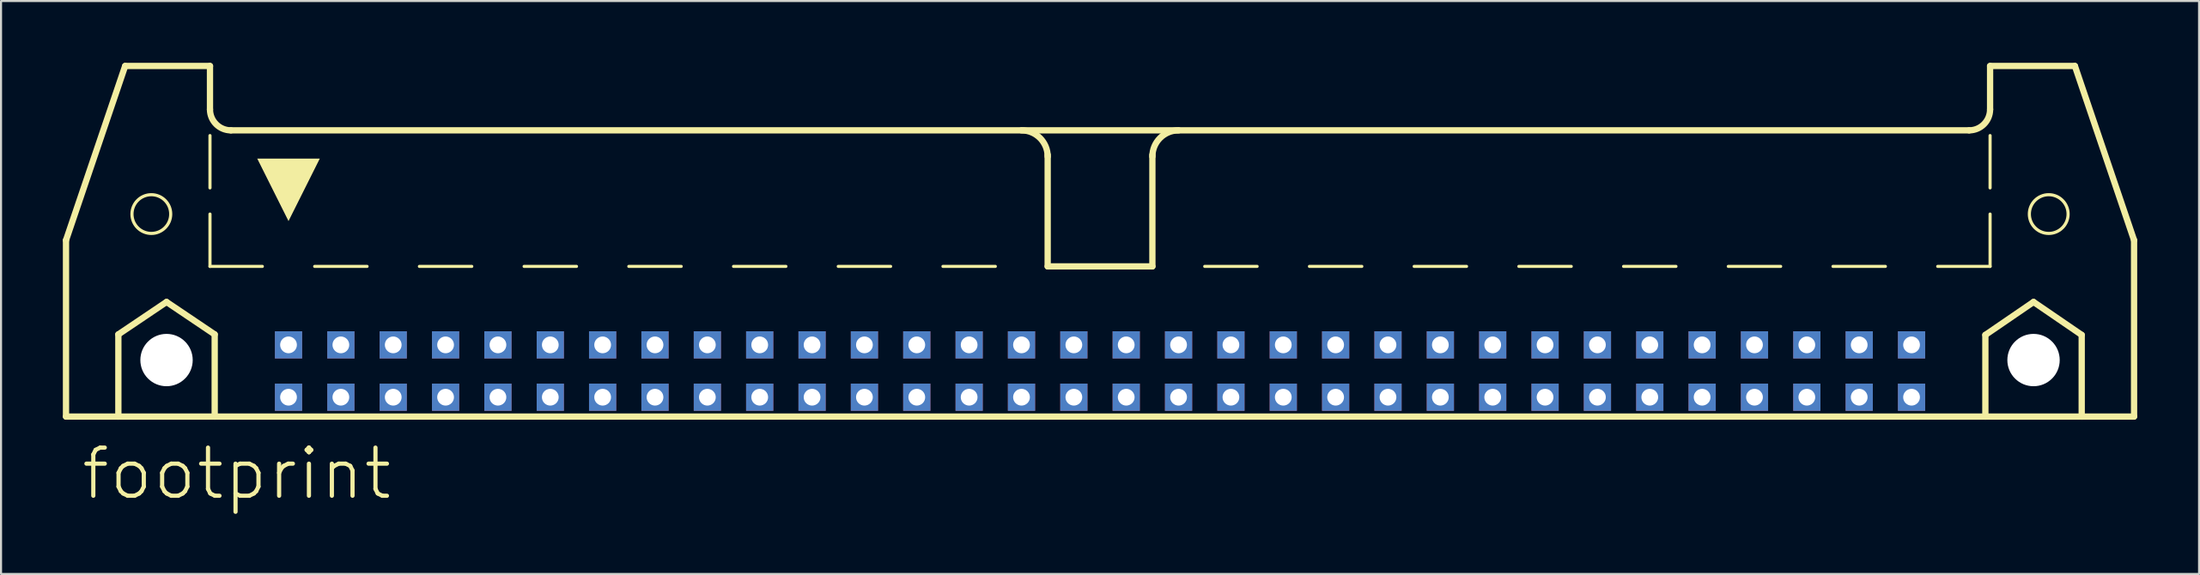
<source format=kicad_pcb>
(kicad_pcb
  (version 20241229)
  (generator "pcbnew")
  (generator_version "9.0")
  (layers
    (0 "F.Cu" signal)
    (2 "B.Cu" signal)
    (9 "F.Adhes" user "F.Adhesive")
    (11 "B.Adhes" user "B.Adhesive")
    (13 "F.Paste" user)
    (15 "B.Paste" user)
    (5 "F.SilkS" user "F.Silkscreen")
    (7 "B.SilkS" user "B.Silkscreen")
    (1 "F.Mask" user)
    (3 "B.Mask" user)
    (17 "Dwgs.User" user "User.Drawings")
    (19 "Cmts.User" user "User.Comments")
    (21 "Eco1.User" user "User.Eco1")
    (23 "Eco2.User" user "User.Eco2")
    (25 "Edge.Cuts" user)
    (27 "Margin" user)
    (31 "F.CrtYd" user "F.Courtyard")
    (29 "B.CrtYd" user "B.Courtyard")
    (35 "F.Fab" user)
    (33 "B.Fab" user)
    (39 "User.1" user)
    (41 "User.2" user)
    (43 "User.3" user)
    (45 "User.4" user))
  (footprint "footprint"
    (layer "F.Cu")
    (at 50.317 11.151)
    (property "Reference" "footprint" (at -49.53 10.16 0) (layer "F.SilkS") (effects (font (size 2.337 2.337) (thickness 0.203)) (justify left bottom)))
    (fp_line (start -50.165 -2.54) (end -50.165 6.02) (stroke (width 0.305) (type solid)) (layer "F.SilkS"))
    (fp_line (start -50.165 -2.54) (end -47.295 -10.998) (stroke (width 0.305) (type solid)) (layer "F.SilkS"))
    (fp_line (start -50.165 6.02) (end -47.625 6.02) (stroke (width 0.305) (type solid)) (layer "F.SilkS"))
    (fp_line (start -47.625 2.032) (end -45.288 0.457) (stroke (width 0.305) (type solid)) (layer "F.SilkS"))
    (fp_line (start -47.625 6.02) (end -47.625 2.032) (stroke (width 0.305) (type solid)) (layer "F.SilkS"))
    (fp_line (start -47.625 6.02) (end -42.951 6.02) (stroke (width 0.305) (type solid)) (layer "F.SilkS"))
    (fp_line (start -45.288 0.457) (end -42.951 2.032) (stroke (width 0.305) (type solid)) (layer "F.SilkS"))
    (fp_line (start -43.18 -10.998) (end -47.295 -10.998) (stroke (width 0.305) (type solid)) (layer "F.SilkS"))
    (fp_line (start -43.18 -8.89) (end -43.18 -10.998) (stroke (width 0.305) (type solid)) (layer "F.SilkS"))
    (fp_line (start -43.18 -5.08) (end -43.18 -7.62) (stroke (width 0.152) (type solid)) (layer "F.SilkS"))
    (fp_line (start -43.18 -1.27) (end -43.18 -3.81) (stroke (width 0.152) (type solid)) (layer "F.SilkS"))
    (fp_line (start -43.18 -1.27) (end -40.64 -1.27) (stroke (width 0.152) (type solid)) (layer "F.SilkS"))
    (fp_line (start -42.951 2.032) (end -42.951 6.02) (stroke (width 0.305) (type solid)) (layer "F.SilkS"))
    (fp_line (start -42.951 6.02) (end 42.951 6.02) (stroke (width 0.305) (type solid)) (layer "F.SilkS"))
    (fp_line (start -42.164 -7.874) (end 42.164 -7.874) (stroke (width 0.305) (type solid)) (layer "F.SilkS"))
    (fp_line (start -38.1 -1.27) (end -35.56 -1.27) (stroke (width 0.152) (type solid)) (layer "F.SilkS"))
    (fp_line (start -33.02 -1.27) (end -30.48 -1.27) (stroke (width 0.152) (type solid)) (layer "F.SilkS"))
    (fp_line (start -27.94 -1.27) (end -25.4 -1.27) (stroke (width 0.152) (type solid)) (layer "F.SilkS"))
    (fp_line (start -22.86 -1.27) (end -20.32 -1.27) (stroke (width 0.152) (type solid)) (layer "F.SilkS"))
    (fp_line (start -15.24 -1.27) (end -17.78 -1.27) (stroke (width 0.152) (type solid)) (layer "F.SilkS"))
    (fp_line (start -10.16 -1.27) (end -12.7 -1.27) (stroke (width 0.152) (type solid)) (layer "F.SilkS"))
    (fp_line (start -5.08 -1.27) (end -7.62 -1.27) (stroke (width 0.152) (type solid)) (layer "F.SilkS"))
    (fp_line (start -2.54 -1.27) (end -2.54 -6.68) (stroke (width 0.305) (type solid)) (layer "F.SilkS"))
    (fp_line (start 2.54 -1.27) (end -2.54 -1.27) (stroke (width 0.305) (type solid)) (layer "F.SilkS"))
    (fp_line (start 2.54 -1.27) (end 2.54 -6.68) (stroke (width 0.305) (type solid)) (layer "F.SilkS"))
    (fp_line (start 5.08 -1.27) (end 7.62 -1.27) (stroke (width 0.152) (type solid)) (layer "F.SilkS"))
    (fp_line (start 10.16 -1.27) (end 12.7 -1.27) (stroke (width 0.152) (type solid)) (layer "F.SilkS"))
    (fp_line (start 15.24 -1.27) (end 17.78 -1.27) (stroke (width 0.152) (type solid)) (layer "F.SilkS"))
    (fp_line (start 22.86 -1.27) (end 20.32 -1.27) (stroke (width 0.152) (type solid)) (layer "F.SilkS"))
    (fp_line (start 27.94 -1.27) (end 25.4 -1.27) (stroke (width 0.152) (type solid)) (layer "F.SilkS"))
    (fp_line (start 33.02 -1.27) (end 30.48 -1.27) (stroke (width 0.152) (type solid)) (layer "F.SilkS"))
    (fp_line (start 38.1 -1.27) (end 35.56 -1.27) (stroke (width 0.152) (type solid)) (layer "F.SilkS"))
    (fp_line (start 42.951 2.057) (end 45.288 0.457) (stroke (width 0.305) (type solid)) (layer "F.SilkS"))
    (fp_line (start 42.951 6.02) (end 42.951 2.057) (stroke (width 0.305) (type solid)) (layer "F.SilkS"))
    (fp_line (start 42.951 6.02) (end 47.625 6.02) (stroke (width 0.305) (type solid)) (layer "F.SilkS"))
    (fp_line (start 43.18 -10.998) (end 47.295 -10.998) (stroke (width 0.305) (type solid)) (layer "F.SilkS"))
    (fp_line (start 43.18 -8.89) (end 43.18 -10.998) (stroke (width 0.305) (type solid)) (layer "F.SilkS"))
    (fp_line (start 43.18 -5.08) (end 43.18 -7.62) (stroke (width 0.152) (type solid)) (layer "F.SilkS"))
    (fp_line (start 43.18 -1.27) (end 40.64 -1.27) (stroke (width 0.152) (type solid)) (layer "F.SilkS"))
    (fp_line (start 43.18 -1.27) (end 43.18 -3.81) (stroke (width 0.152) (type solid)) (layer "F.SilkS"))
    (fp_line (start 45.288 0.457) (end 47.625 2.057) (stroke (width 0.305) (type solid)) (layer "F.SilkS"))
    (fp_line (start 47.625 2.057) (end 47.625 6.02) (stroke (width 0.305) (type solid)) (layer "F.SilkS"))
    (fp_line (start 47.625 6.02) (end 50.165 6.02) (stroke (width 0.305) (type solid)) (layer "F.SilkS"))
    (fp_line (start 50.165 -2.54) (end 47.295 -10.998) (stroke (width 0.305) (type solid)) (layer "F.SilkS"))
    (fp_line (start 50.165 6.02) (end 50.165 -2.54) (stroke (width 0.305) (type solid)) (layer "F.SilkS"))
    (fp_arc (start -42.164 -7.874) (mid -42.88242 -8.17158) (end -43.18 -8.89) (stroke (width 0.3048) (type solid)) (layer "F.SilkS"))
    (fp_arc (start -3.81 -7.874) (mid -2.911974 -7.502026) (end -2.54 -6.604) (stroke (width 0.3048) (type solid)) (layer "F.SilkS"))
    (fp_arc (start 2.54 -6.604) (mid 2.911974 -7.502026) (end 3.81 -7.874) (stroke (width 0.3048) (type solid)) (layer "F.SilkS"))
    (fp_arc (start 43.18 -8.89) (mid 42.88242 -8.17158) (end 42.164 -7.874) (stroke (width 0.3048) (type solid)) (layer "F.SilkS"))
    (fp_circle (center -46.025 -3.81) (end -45.085 -3.81) (stroke (width 0.152) (type solid)) (fill no) (layer "F.SilkS"))
    (fp_circle (center 46.025 -3.81) (end 46.965 -3.81) (stroke (width 0.152) (type solid)) (fill no) (layer "F.SilkS"))
    (fp_poly (pts (xy -39.37 -3.469) (xy -40.887 -6.502) (xy -37.853 -6.502)) (stroke (width 0) (type solid)) (fill yes) (layer "F.SilkS"))
    (pad "" np_thru_hole circle (at -45.288 3.277) (size 2.54 2.54) (drill 2.54) (layers "*.Cu" "*.Mask"))
    (pad "" np_thru_hole circle (at 45.288 3.277) (size 2.54 2.54) (drill 2.54) (layers "*.Cu" "*.Mask"))
    (pad "1" thru_hole rect (at -39.37 5.08) (size 1.321 1.321) (drill 0.813) (layers "*.Cu" "*.Mask"))
    (pad "2" thru_hole rect (at -39.37 2.54) (size 1.321 1.321) (drill 0.813) (layers "*.Cu" "*.Mask"))
    (pad "3" thru_hole rect (at -36.83 5.08) (size 1.321 1.321) (drill 0.813) (layers "*.Cu" "*.Mask"))
    (pad "4" thru_hole rect (at -36.83 2.54) (size 1.321 1.321) (drill 0.813) (layers "*.Cu" "*.Mask"))
    (pad "5" thru_hole rect (at -34.29 5.08) (size 1.321 1.321) (drill 0.813) (layers "*.Cu" "*.Mask"))
    (pad "6" thru_hole rect (at -34.29 2.54) (size 1.321 1.321) (drill 0.813) (layers "*.Cu" "*.Mask"))
    (pad "7" thru_hole rect (at -31.75 5.08) (size 1.321 1.321) (drill 0.813) (layers "*.Cu" "*.Mask"))
    (pad "8" thru_hole rect (at -31.75 2.54) (size 1.321 1.321) (drill 0.813) (layers "*.Cu" "*.Mask"))
    (pad "9" thru_hole rect (at -29.21 5.08) (size 1.321 1.321) (drill 0.813) (layers "*.Cu" "*.Mask"))
    (pad "10" thru_hole rect (at -29.21 2.54) (size 1.321 1.321) (drill 0.813) (layers "*.Cu" "*.Mask"))
    (pad "11" thru_hole rect (at -26.67 5.08) (size 1.321 1.321) (drill 0.813) (layers "*.Cu" "*.Mask"))
    (pad "12" thru_hole rect (at -26.67 2.54) (size 1.321 1.321) (drill 0.813) (layers "*.Cu" "*.Mask"))
    (pad "13" thru_hole rect (at -24.13 5.08) (size 1.321 1.321) (drill 0.813) (layers "*.Cu" "*.Mask"))
    (pad "14" thru_hole rect (at -24.13 2.54) (size 1.321 1.321) (drill 0.813) (layers "*.Cu" "*.Mask"))
    (pad "15" thru_hole rect (at -21.59 5.08) (size 1.321 1.321) (drill 0.813) (layers "*.Cu" "*.Mask"))
    (pad "16" thru_hole rect (at -21.59 2.54) (size 1.321 1.321) (drill 0.813) (layers "*.Cu" "*.Mask"))
    (pad "17" thru_hole rect (at -19.05 5.08) (size 1.321 1.321) (drill 0.813) (layers "*.Cu" "*.Mask"))
    (pad "18" thru_hole rect (at -19.05 2.54) (size 1.321 1.321) (drill 0.813) (layers "*.Cu" "*.Mask"))
    (pad "19" thru_hole rect (at -16.51 5.08) (size 1.321 1.321) (drill 0.813) (layers "*.Cu" "*.Mask"))
    (pad "20" thru_hole rect (at -16.51 2.54) (size 1.321 1.321) (drill 0.813) (layers "*.Cu" "*.Mask"))
    (pad "21" thru_hole rect (at -13.97 5.08) (size 1.321 1.321) (drill 0.813) (layers "*.Cu" "*.Mask"))
    (pad "22" thru_hole rect (at -13.97 2.54) (size 1.321 1.321) (drill 0.813) (layers "*.Cu" "*.Mask"))
    (pad "23" thru_hole rect (at -11.43 5.08) (size 1.321 1.321) (drill 0.813) (layers "*.Cu" "*.Mask"))
    (pad "24" thru_hole rect (at -11.43 2.54) (size 1.321 1.321) (drill 0.813) (layers "*.Cu" "*.Mask"))
    (pad "25" thru_hole rect (at -8.89 5.08) (size 1.321 1.321) (drill 0.813) (layers "*.Cu" "*.Mask"))
    (pad "26" thru_hole rect (at -8.89 2.54) (size 1.321 1.321) (drill 0.813) (layers "*.Cu" "*.Mask"))
    (pad "27" thru_hole rect (at -6.35 5.08) (size 1.321 1.321) (drill 0.813) (layers "*.Cu" "*.Mask"))
    (pad "28" thru_hole rect (at -6.35 2.54) (size 1.321 1.321) (drill 0.813) (layers "*.Cu" "*.Mask"))
    (pad "29" thru_hole rect (at -3.81 5.08) (size 1.321 1.321) (drill 0.813) (layers "*.Cu" "*.Mask"))
    (pad "30" thru_hole rect (at -3.81 2.54) (size 1.321 1.321) (drill 0.813) (layers "*.Cu" "*.Mask"))
    (pad "31" thru_hole rect (at -1.27 5.08) (size 1.321 1.321) (drill 0.813) (layers "*.Cu" "*.Mask"))
    (pad "32" thru_hole rect (at -1.27 2.54) (size 1.321 1.321) (drill 0.813) (layers "*.Cu" "*.Mask"))
    (pad "33" thru_hole rect (at 1.27 5.08) (size 1.321 1.321) (drill 0.813) (layers "*.Cu" "*.Mask"))
    (pad "34" thru_hole rect (at 1.27 2.54) (size 1.321 1.321) (drill 0.813) (layers "*.Cu" "*.Mask"))
    (pad "35" thru_hole rect (at 3.81 5.08) (size 1.321 1.321) (drill 0.813) (layers "*.Cu" "*.Mask"))
    (pad "36" thru_hole rect (at 3.81 2.54) (size 1.321 1.321) (drill 0.813) (layers "*.Cu" "*.Mask"))
    (pad "37" thru_hole rect (at 6.35 5.08) (size 1.321 1.321) (drill 0.813) (layers "*.Cu" "*.Mask"))
    (pad "38" thru_hole rect (at 6.35 2.54) (size 1.321 1.321) (drill 0.813) (layers "*.Cu" "*.Mask"))
    (pad "39" thru_hole rect (at 8.89 5.08) (size 1.321 1.321) (drill 0.813) (layers "*.Cu" "*.Mask"))
    (pad "40" thru_hole rect (at 8.89 2.54) (size 1.321 1.321) (drill 0.813) (layers "*.Cu" "*.Mask"))
    (pad "41" thru_hole rect (at 11.43 5.08) (size 1.321 1.321) (drill 0.813) (layers "*.Cu" "*.Mask"))
    (pad "42" thru_hole rect (at 11.43 2.54) (size 1.321 1.321) (drill 0.813) (layers "*.Cu" "*.Mask"))
    (pad "43" thru_hole rect (at 13.97 5.08) (size 1.321 1.321) (drill 0.813) (layers "*.Cu" "*.Mask"))
    (pad "44" thru_hole rect (at 13.97 2.54) (size 1.321 1.321) (drill 0.813) (layers "*.Cu" "*.Mask"))
    (pad "45" thru_hole rect (at 16.51 5.08) (size 1.321 1.321) (drill 0.813) (layers "*.Cu" "*.Mask"))
    (pad "46" thru_hole rect (at 16.51 2.54) (size 1.321 1.321) (drill 0.813) (layers "*.Cu" "*.Mask"))
    (pad "47" thru_hole rect (at 19.05 5.08) (size 1.321 1.321) (drill 0.813) (layers "*.Cu" "*.Mask"))
    (pad "48" thru_hole rect (at 19.05 2.54) (size 1.321 1.321) (drill 0.813) (layers "*.Cu" "*.Mask"))
    (pad "49" thru_hole rect (at 21.59 5.08) (size 1.321 1.321) (drill 0.813) (layers "*.Cu" "*.Mask"))
    (pad "50" thru_hole rect (at 21.59 2.54) (size 1.321 1.321) (drill 0.813) (layers "*.Cu" "*.Mask"))
    (pad "51" thru_hole rect (at 24.13 5.08) (size 1.321 1.321) (drill 0.813) (layers "*.Cu" "*.Mask"))
    (pad "52" thru_hole rect (at 24.13 2.54) (size 1.321 1.321) (drill 0.813) (layers "*.Cu" "*.Mask"))
    (pad "53" thru_hole rect (at 26.67 5.08) (size 1.321 1.321) (drill 0.813) (layers "*.Cu" "*.Mask"))
    (pad "54" thru_hole rect (at 26.67 2.54) (size 1.321 1.321) (drill 0.813) (layers "*.Cu" "*.Mask"))
    (pad "55" thru_hole rect (at 29.21 5.08) (size 1.321 1.321) (drill 0.813) (layers "*.Cu" "*.Mask"))
    (pad "56" thru_hole rect (at 29.21 2.54) (size 1.321 1.321) (drill 0.813) (layers "*.Cu" "*.Mask"))
    (pad "57" thru_hole rect (at 31.75 5.08) (size 1.321 1.321) (drill 0.813) (layers "*.Cu" "*.Mask"))
    (pad "58" thru_hole rect (at 31.75 2.54) (size 1.321 1.321) (drill 0.813) (layers "*.Cu" "*.Mask"))
    (pad "59" thru_hole rect (at 34.29 5.08) (size 1.321 1.321) (drill 0.813) (layers "*.Cu" "*.Mask"))
    (pad "60" thru_hole rect (at 34.29 2.54) (size 1.321 1.321) (drill 0.813) (layers "*.Cu" "*.Mask"))
    (pad "61" thru_hole rect (at 36.83 5.08) (size 1.321 1.321) (drill 0.813) (layers "*.Cu" "*.Mask"))
    (pad "62" thru_hole rect (at 36.83 2.54) (size 1.321 1.321) (drill 0.813) (layers "*.Cu" "*.Mask"))
    (pad "63" thru_hole rect (at 39.37 5.08) (size 1.321 1.321) (drill 0.813) (layers "*.Cu" "*.Mask"))
    (pad "64" thru_hole rect (at 39.37 2.54) (size 1.321 1.321) (drill 0.813) (layers "*.Cu" "*.Mask"))
    (zone (net_name "") (layer "F.Cu") (hatch edge 0.508) (connect_pads) (min_thickness 0.254) (filled_areas_thickness no) (keepout (tracks not_allowed) (vias not_allowed) (pads not_allowed) (copperpour not_allowed) (footprints allowed)) (placement (enabled no)) (fill) (polygon (pts (xy 6.96 14.427) (xy 6.93 14.092) (xy 6.843 13.767) (xy 6.701 13.462) (xy 6.508 13.186) (xy 6.27 12.948) (xy 5.994 12.755) (xy 5.689 12.613) (xy 5.364 12.526) (xy 5.029 12.497) (xy 4.694 12.526) (xy 4.369 12.613) (xy 4.064 12.755) (xy 3.788 12.948) (xy 3.55 13.186) (xy 3.357 13.462) (xy 3.215 13.767) (xy 3.128 14.092) (xy 3.099 14.427) (xy 3.128 14.762) (xy 3.215 15.087) (xy 3.357 15.392) (xy 3.55 15.668) (xy 3.788 15.906) (xy 4.064 16.099) (xy 4.369 16.241) (xy 4.694 16.328) (xy 5.029 16.358) (xy 5.364 16.328) (xy 5.689 16.241) (xy 5.994 16.099) (xy 6.27 15.906) (xy 6.508 15.668) (xy 6.701 15.392) (xy 6.843 15.087) (xy 6.93 14.762))))
    (zone (net_name "") (layer "F.Cu") (hatch edge 0.508) (connect_pads) (min_thickness 0.254) (filled_areas_thickness no) (keepout (tracks not_allowed) (vias not_allowed) (pads not_allowed) (copperpour not_allowed) (footprints allowed)) (placement (enabled no)) (fill) (polygon (pts (xy 97.536 14.427) (xy 97.507 14.092) (xy 97.42 13.767) (xy 97.277 13.462) (xy 97.084 13.186) (xy 96.846 12.948) (xy 96.571 12.755) (xy 96.266 12.613) (xy 95.941 12.526) (xy 95.606 12.497) (xy 95.27 12.526) (xy 94.945 12.613) (xy 94.64 12.755) (xy 94.365 12.948) (xy 94.127 13.186) (xy 93.934 13.462) (xy 93.792 13.767) (xy 93.705 14.092) (xy 93.675 14.427) (xy 93.705 14.762) (xy 93.792 15.087) (xy 93.934 15.392) (xy 94.127 15.668) (xy 94.365 15.906) (xy 94.64 16.099) (xy 94.945 16.241) (xy 95.27 16.328) (xy 95.606 16.358) (xy 95.941 16.328) (xy 96.266 16.241) (xy 96.571 16.099) (xy 96.846 15.906) (xy 97.084 15.668) (xy 97.277 15.392) (xy 97.42 15.087) (xy 97.507 14.762))))
    (zone (net_name "") (layer "B.Cu") (hatch edge 0.508) (connect_pads) (min_thickness 0.254) (filled_areas_thickness no) (keepout (tracks not_allowed) (vias not_allowed) (pads not_allowed) (copperpour not_allowed) (footprints allowed)) (placement (enabled no)) (fill) (polygon (pts (xy 6.96 14.427) (xy 6.93 14.092) (xy 6.843 13.767) (xy 6.701 13.462) (xy 6.508 13.186) (xy 6.27 12.948) (xy 5.994 12.755) (xy 5.689 12.613) (xy 5.364 12.526) (xy 5.029 12.497) (xy 4.694 12.526) (xy 4.369 12.613) (xy 4.064 12.755) (xy 3.788 12.948) (xy 3.55 13.186) (xy 3.357 13.462) (xy 3.215 13.767) (xy 3.128 14.092) (xy 3.099 14.427) (xy 3.128 14.762) (xy 3.215 15.087) (xy 3.357 15.392) (xy 3.55 15.668) (xy 3.788 15.906) (xy 4.064 16.099) (xy 4.369 16.241) (xy 4.694 16.328) (xy 5.029 16.358) (xy 5.364 16.328) (xy 5.689 16.241) (xy 5.994 16.099) (xy 6.27 15.906) (xy 6.508 15.668) (xy 6.701 15.392) (xy 6.843 15.087) (xy 6.93 14.762))))
    (zone (net_name "") (layer "B.Cu") (hatch edge 0.508) (connect_pads) (min_thickness 0.254) (filled_areas_thickness no) (keepout (tracks not_allowed) (vias not_allowed) (pads not_allowed) (copperpour not_allowed) (footprints allowed)) (placement (enabled no)) (fill) (polygon (pts (xy 97.536 14.427) (xy 97.507 14.092) (xy 97.42 13.767) (xy 97.277 13.462) (xy 97.084 13.186) (xy 96.846 12.948) (xy 96.571 12.755) (xy 96.266 12.613) (xy 95.941 12.526) (xy 95.606 12.497) (xy 95.27 12.526) (xy 94.945 12.613) (xy 94.64 12.755) (xy 94.365 12.948) (xy 94.127 13.186) (xy 93.934 13.462) (xy 93.792 13.767) (xy 93.705 14.092) (xy 93.675 14.427) (xy 93.705 14.762) (xy 93.792 15.087) (xy 93.934 15.392) (xy 94.127 15.668) (xy 94.365 15.906) (xy 94.64 16.099) (xy 94.945 16.241) (xy 95.27 16.328) (xy 95.606 16.358) (xy 95.941 16.328) (xy 96.266 16.241) (xy 96.571 16.099) (xy 96.846 15.906) (xy 97.084 15.668) (xy 97.277 15.392) (xy 97.42 15.087) (xy 97.507 14.762)))))
  (gr_rect
    (start -3 -3)
    (end 103.635 24.811)
    (stroke (width 0.1) (type default))
    (fill no)
    (layer "Edge.Cuts")))
</source>
